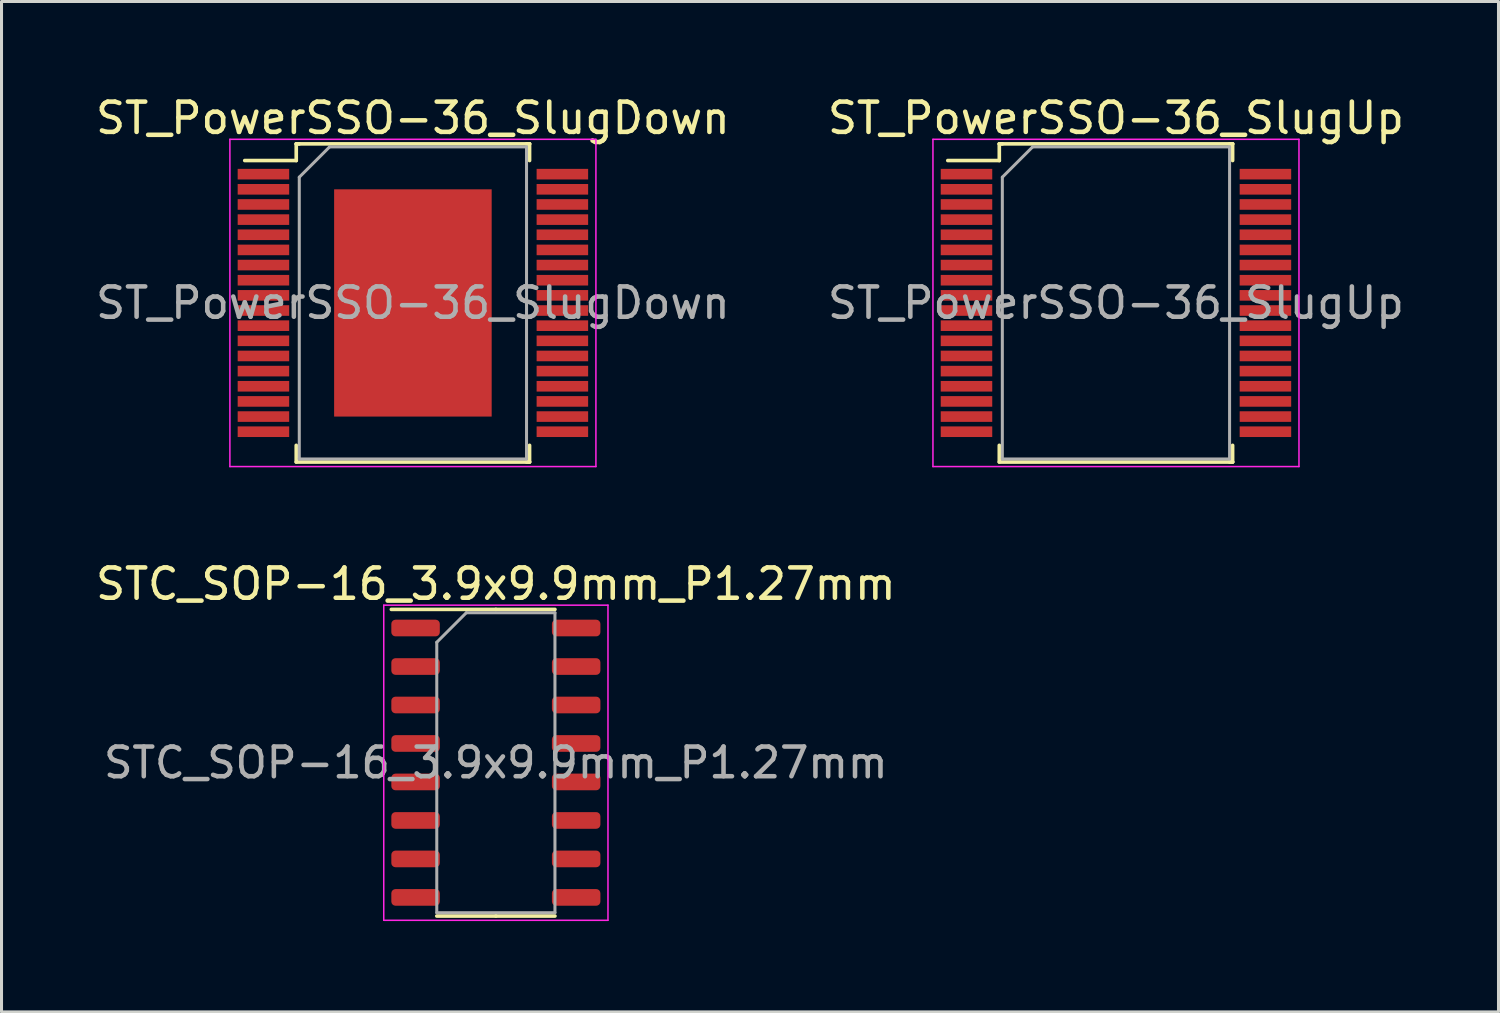
<source format=kicad_pcb>
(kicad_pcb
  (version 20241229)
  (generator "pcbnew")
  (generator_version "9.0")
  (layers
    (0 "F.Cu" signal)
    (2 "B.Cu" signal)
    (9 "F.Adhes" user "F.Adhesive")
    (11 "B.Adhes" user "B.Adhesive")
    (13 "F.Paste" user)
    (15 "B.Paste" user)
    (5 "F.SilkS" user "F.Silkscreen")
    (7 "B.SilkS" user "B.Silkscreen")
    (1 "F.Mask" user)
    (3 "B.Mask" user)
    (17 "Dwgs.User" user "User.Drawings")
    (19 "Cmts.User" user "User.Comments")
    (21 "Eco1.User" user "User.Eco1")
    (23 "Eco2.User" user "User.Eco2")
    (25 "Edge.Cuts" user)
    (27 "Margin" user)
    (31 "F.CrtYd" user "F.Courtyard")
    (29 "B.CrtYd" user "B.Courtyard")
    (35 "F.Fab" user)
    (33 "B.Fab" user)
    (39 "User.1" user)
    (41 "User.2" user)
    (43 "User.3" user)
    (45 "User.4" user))
  (footprint "STC_SOP-16_3.9x9.9mm_P1.27mm"
    (layer "F.Cu")
    (at 13.315 22.122)
    (property "Reference" "STC_SOP-16_3.9x9.9mm_P1.27mm" (at 0 -5.9 0) (layer "F.SilkS") (effects (font (size 1 1) (thickness 0.15))))
    (attr smd)
    (fp_line (start 0 -5.06) (end -3.45 -5.06) (stroke (width 0.12) (type solid)) (layer "F.SilkS"))
    (fp_line (start 0 -5.06) (end 1.95 -5.06) (stroke (width 0.12) (type solid)) (layer "F.SilkS"))
    (fp_line (start 0 5.06) (end -1.95 5.06) (stroke (width 0.12) (type solid)) (layer "F.SilkS"))
    (fp_line (start 0 5.06) (end 1.95 5.06) (stroke (width 0.12) (type solid)) (layer "F.SilkS"))
    (fp_line (start -3.7 -5.2) (end -3.7 5.2) (stroke (width 0.05) (type solid)) (layer "F.CrtYd"))
    (fp_line (start -3.7 5.2) (end 3.7 5.2) (stroke (width 0.05) (type solid)) (layer "F.CrtYd"))
    (fp_line (start 3.7 -5.2) (end -3.7 -5.2) (stroke (width 0.05) (type solid)) (layer "F.CrtYd"))
    (fp_line (start 3.7 5.2) (end 3.7 -5.2) (stroke (width 0.05) (type solid)) (layer "F.CrtYd"))
    (fp_line (start -1.95 -3.975) (end -0.975 -4.95) (stroke (width 0.1) (type solid)) (layer "F.Fab"))
    (fp_line (start -1.95 4.95) (end -1.95 -3.975) (stroke (width 0.1) (type solid)) (layer "F.Fab"))
    (fp_line (start -0.975 -4.95) (end 1.95 -4.95) (stroke (width 0.1) (type solid)) (layer "F.Fab"))
    (fp_line (start 1.95 -4.95) (end 1.95 4.95) (stroke (width 0.1) (type solid)) (layer "F.Fab"))
    (fp_line (start 1.95 4.95) (end -1.95 4.95) (stroke (width 0.1) (type solid)) (layer "F.Fab"))
    (fp_text user "${REFERENCE}" (at 0 0 0) (layer "F.Fab") (effects (font (size 0.98 0.98) (thickness 0.15))))
    (pad "1" smd roundrect (at -2.65 -4.445) (size 1.6 0.55) (layers "F.Cu" "F.Mask" "F.Paste") (roundrect_rratio 0.25))
    (pad "2" smd roundrect (at -2.65 -3.175) (size 1.6 0.55) (layers "F.Cu" "F.Mask" "F.Paste") (roundrect_rratio 0.25))
    (pad "3" smd roundrect (at -2.65 -1.905) (size 1.6 0.55) (layers "F.Cu" "F.Mask" "F.Paste") (roundrect_rratio 0.25))
    (pad "4" smd roundrect (at -2.65 -0.635) (size 1.6 0.55) (layers "F.Cu" "F.Mask" "F.Paste") (roundrect_rratio 0.25))
    (pad "5" smd roundrect (at -2.65 0.635) (size 1.6 0.55) (layers "F.Cu" "F.Mask" "F.Paste") (roundrect_rratio 0.25))
    (pad "6" smd roundrect (at -2.65 1.905) (size 1.6 0.55) (layers "F.Cu" "F.Mask" "F.Paste") (roundrect_rratio 0.25))
    (pad "7" smd roundrect (at -2.65 3.175) (size 1.6 0.55) (layers "F.Cu" "F.Mask" "F.Paste") (roundrect_rratio 0.25))
    (pad "8" smd roundrect (at -2.65 4.445) (size 1.6 0.55) (layers "F.Cu" "F.Mask" "F.Paste") (roundrect_rratio 0.25))
    (pad "9" smd roundrect (at 2.65 4.445) (size 1.6 0.55) (layers "F.Cu" "F.Mask" "F.Paste") (roundrect_rratio 0.25))
    (pad "10" smd roundrect (at 2.65 3.175) (size 1.6 0.55) (layers "F.Cu" "F.Mask" "F.Paste") (roundrect_rratio 0.25))
    (pad "11" smd roundrect (at 2.65 1.905) (size 1.6 0.55) (layers "F.Cu" "F.Mask" "F.Paste") (roundrect_rratio 0.25))
    (pad "12" smd roundrect (at 2.65 0.635) (size 1.6 0.55) (layers "F.Cu" "F.Mask" "F.Paste") (roundrect_rratio 0.25))
    (pad "13" smd roundrect (at 2.65 -0.635) (size 1.6 0.55) (layers "F.Cu" "F.Mask" "F.Paste") (roundrect_rratio 0.25))
    (pad "14" smd roundrect (at 2.65 -1.905) (size 1.6 0.55) (layers "F.Cu" "F.Mask" "F.Paste") (roundrect_rratio 0.25))
    (pad "15" smd roundrect (at 2.65 -3.175) (size 1.6 0.55) (layers "F.Cu" "F.Mask" "F.Paste") (roundrect_rratio 0.25))
    (pad "16" smd roundrect (at 2.65 -4.445) (size 1.6 0.55) (layers "F.Cu" "F.Mask" "F.Paste") (roundrect_rratio 0.25)))
  (footprint "ST_PowerSSO-36_SlugDown"
    (layer "F.Cu")
    (at 10.577 6.948)
    (property "Reference" "ST_PowerSSO-36_SlugDown" (at 0 -6.1 0) (layer "F.SilkS") (effects (font (size 1 1) (thickness 0.15))))
    (attr smd)
    (fp_line (start -3.85 -5.25) (end -3.85 -4.7) (stroke (width 0.12) (type solid)) (layer "F.SilkS"))
    (fp_line (start -3.85 -4.7) (end -5.55 -4.7) (stroke (width 0.12) (type solid)) (layer "F.SilkS"))
    (fp_line (start -3.85 5.25) (end -3.85 4.7) (stroke (width 0.12) (type solid)) (layer "F.SilkS"))
    (fp_line (start -3.75 -5.25) (end -3.85 -5.25) (stroke (width 0.12) (type solid)) (layer "F.SilkS"))
    (fp_line (start 3.75 -5.25) (end 3.85 -5.25) (stroke (width 0.12) (type solid)) (layer "F.SilkS"))
    (fp_line (start 3.75 5.25) (end 3.85 5.25) (stroke (width 0.12) (type solid)) (layer "F.SilkS"))
    (fp_line (start 3.85 -5.25) (end -3.85 -5.25) (stroke (width 0.12) (type solid)) (layer "F.SilkS"))
    (fp_line (start 3.85 -5.25) (end 3.85 -4.7) (stroke (width 0.12) (type solid)) (layer "F.SilkS"))
    (fp_line (start 3.85 5.25) (end -3.85 5.25) (stroke (width 0.12) (type solid)) (layer "F.SilkS"))
    (fp_line (start 3.85 5.25) (end 3.85 4.7) (stroke (width 0.12) (type solid)) (layer "F.SilkS"))
    (fp_line (start -6.04 -5.4) (end -6.04 5.4) (stroke (width 0.05) (type solid)) (layer "F.CrtYd"))
    (fp_line (start -6.04 -5.4) (end 6.04 -5.4) (stroke (width 0.05) (type solid)) (layer "F.CrtYd"))
    (fp_line (start 6.04 5.4) (end -6.04 5.4) (stroke (width 0.05) (type solid)) (layer "F.CrtYd"))
    (fp_line (start 6.04 5.4) (end 6.04 -5.4) (stroke (width 0.05) (type solid)) (layer "F.CrtYd"))
    (fp_line (start -3.75 -4.15) (end -3.75 5.15) (stroke (width 0.1) (type solid)) (layer "F.Fab"))
    (fp_line (start -3.75 5.15) (end 3.75 5.15) (stroke (width 0.1) (type solid)) (layer "F.Fab"))
    (fp_line (start -2.75 -5.15) (end -3.75 -4.15) (stroke (width 0.1) (type solid)) (layer "F.Fab"))
    (fp_line (start 3.75 -5.15) (end -2.75 -5.15) (stroke (width 0.1) (type solid)) (layer "F.Fab"))
    (fp_line (start 3.75 5.15) (end 3.75 -5.15) (stroke (width 0.1) (type solid)) (layer "F.Fab"))
    (fp_text user "${REFERENCE}" (at 0 0 0) (layer "F.Fab") (effects (font (size 1 1) (thickness 0.15))))
    (pad "1" smd rect (at -4.933 -4.25) (size 1.7 0.35) (layers "F.Cu" "F.Mask" "F.Paste"))
    (pad "2" smd rect (at -4.933 -3.75) (size 1.7 0.35) (layers "F.Cu" "F.Mask" "F.Paste"))
    (pad "3" smd rect (at -4.933 -3.25) (size 1.7 0.35) (layers "F.Cu" "F.Mask" "F.Paste"))
    (pad "4" smd rect (at -4.933 -2.75) (size 1.7 0.35) (layers "F.Cu" "F.Mask" "F.Paste"))
    (pad "5" smd rect (at -4.933 -2.25) (size 1.7 0.35) (layers "F.Cu" "F.Mask" "F.Paste"))
    (pad "6" smd rect (at -4.933 -1.75) (size 1.7 0.35) (layers "F.Cu" "F.Mask" "F.Paste"))
    (pad "7" smd rect (at -4.933 -1.25) (size 1.7 0.35) (layers "F.Cu" "F.Mask" "F.Paste"))
    (pad "8" smd rect (at -4.933 -0.75) (size 1.7 0.35) (layers "F.Cu" "F.Mask" "F.Paste"))
    (pad "9" smd rect (at -4.933 -0.25) (size 1.7 0.35) (layers "F.Cu" "F.Mask" "F.Paste"))
    (pad "10" smd rect (at -4.933 0.25) (size 1.7 0.35) (layers "F.Cu" "F.Mask" "F.Paste"))
    (pad "11" smd rect (at -4.933 0.75) (size 1.7 0.35) (layers "F.Cu" "F.Mask" "F.Paste"))
    (pad "12" smd rect (at -4.933 1.25) (size 1.7 0.35) (layers "F.Cu" "F.Mask" "F.Paste"))
    (pad "13" smd rect (at -4.933 1.75) (size 1.7 0.35) (layers "F.Cu" "F.Mask" "F.Paste"))
    (pad "14" smd rect (at -4.933 2.25) (size 1.7 0.35) (layers "F.Cu" "F.Mask" "F.Paste"))
    (pad "15" smd rect (at -4.933 2.75) (size 1.7 0.35) (layers "F.Cu" "F.Mask" "F.Paste"))
    (pad "16" smd rect (at -4.933 3.25) (size 1.7 0.35) (layers "F.Cu" "F.Mask" "F.Paste"))
    (pad "17" smd rect (at -4.933 3.75) (size 1.7 0.35) (layers "F.Cu" "F.Mask" "F.Paste"))
    (pad "18" smd rect (at -4.933 4.25) (size 1.7 0.35) (layers "F.Cu" "F.Mask" "F.Paste"))
    (pad "19" smd rect (at 4.933 4.25) (size 1.7 0.35) (layers "F.Cu" "F.Mask" "F.Paste"))
    (pad "20" smd rect (at 4.933 3.75) (size 1.7 0.35) (layers "F.Cu" "F.Mask" "F.Paste"))
    (pad "21" smd rect (at 4.933 3.25) (size 1.7 0.35) (layers "F.Cu" "F.Mask" "F.Paste"))
    (pad "22" smd rect (at 4.933 2.75) (size 1.7 0.35) (layers "F.Cu" "F.Mask" "F.Paste"))
    (pad "23" smd rect (at 4.933 2.25) (size 1.7 0.35) (layers "F.Cu" "F.Mask" "F.Paste"))
    (pad "24" smd rect (at 4.933 1.75) (size 1.7 0.35) (layers "F.Cu" "F.Mask" "F.Paste"))
    (pad "25" smd rect (at 4.933 1.25) (size 1.7 0.35) (layers "F.Cu" "F.Mask" "F.Paste"))
    (pad "26" smd rect (at 4.933 0.75) (size 1.7 0.35) (layers "F.Cu" "F.Mask" "F.Paste"))
    (pad "27" smd rect (at 4.933 0.25) (size 1.7 0.35) (layers "F.Cu" "F.Mask" "F.Paste"))
    (pad "28" smd rect (at 4.933 -0.25) (size 1.7 0.35) (layers "F.Cu" "F.Mask" "F.Paste"))
    (pad "29" smd rect (at 4.933 -0.75) (size 1.7 0.35) (layers "F.Cu" "F.Mask" "F.Paste"))
    (pad "30" smd rect (at 4.933 -1.25) (size 1.7 0.35) (layers "F.Cu" "F.Mask" "F.Paste"))
    (pad "31" smd rect (at 4.933 -1.75) (size 1.7 0.35) (layers "F.Cu" "F.Mask" "F.Paste"))
    (pad "32" smd rect (at 4.933 -2.25) (size 1.7 0.35) (layers "F.Cu" "F.Mask" "F.Paste"))
    (pad "33" smd rect (at 4.933 -2.75) (size 1.7 0.35) (layers "F.Cu" "F.Mask" "F.Paste"))
    (pad "34" smd rect (at 4.933 -3.25) (size 1.7 0.35) (layers "F.Cu" "F.Mask" "F.Paste"))
    (pad "35" smd rect (at 4.933 -3.75) (size 1.7 0.35) (layers "F.Cu" "F.Mask" "F.Paste"))
    (pad "36" smd rect (at 4.933 -4.25) (size 1.7 0.35) (layers "F.Cu" "F.Mask" "F.Paste"))
    (pad "37" smd rect (at 0 0) (size 5.2 7.5) (layers "F.Cu" "F.Mask" "F.Paste")))
  (footprint "ST_PowerSSO-36_SlugUp"
    (layer "F.Cu")
    (at 33.78 6.948)
    (property "Reference" "ST_PowerSSO-36_SlugUp" (at 0 -6.1 0) (layer "F.SilkS") (effects (font (size 1 1) (thickness 0.15))))
    (attr smd)
    (fp_line (start -3.85 -5.25) (end -3.85 -4.7) (stroke (width 0.12) (type solid)) (layer "F.SilkS"))
    (fp_line (start -3.85 -4.7) (end -5.55 -4.7) (stroke (width 0.12) (type solid)) (layer "F.SilkS"))
    (fp_line (start -3.85 5.25) (end -3.85 4.7) (stroke (width 0.12) (type solid)) (layer "F.SilkS"))
    (fp_line (start -3.75 -5.25) (end -3.85 -5.25) (stroke (width 0.12) (type solid)) (layer "F.SilkS"))
    (fp_line (start 3.75 -5.25) (end 3.85 -5.25) (stroke (width 0.12) (type solid)) (layer "F.SilkS"))
    (fp_line (start 3.75 5.25) (end 3.85 5.25) (stroke (width 0.12) (type solid)) (layer "F.SilkS"))
    (fp_line (start 3.85 -5.25) (end -3.85 -5.25) (stroke (width 0.12) (type solid)) (layer "F.SilkS"))
    (fp_line (start 3.85 -5.25) (end 3.85 -4.7) (stroke (width 0.12) (type solid)) (layer "F.SilkS"))
    (fp_line (start 3.85 5.25) (end -3.85 5.25) (stroke (width 0.12) (type solid)) (layer "F.SilkS"))
    (fp_line (start 3.85 5.25) (end 3.85 4.7) (stroke (width 0.12) (type solid)) (layer "F.SilkS"))
    (fp_line (start -6.04 -5.4) (end -6.04 5.4) (stroke (width 0.05) (type solid)) (layer "F.CrtYd"))
    (fp_line (start -6.04 -5.4) (end 6.04 -5.4) (stroke (width 0.05) (type solid)) (layer "F.CrtYd"))
    (fp_line (start 6.04 5.4) (end -6.04 5.4) (stroke (width 0.05) (type solid)) (layer "F.CrtYd"))
    (fp_line (start 6.04 5.4) (end 6.04 -5.4) (stroke (width 0.05) (type solid)) (layer "F.CrtYd"))
    (fp_line (start -3.75 -4.15) (end -3.75 5.15) (stroke (width 0.1) (type solid)) (layer "F.Fab"))
    (fp_line (start -3.75 5.15) (end 3.75 5.15) (stroke (width 0.1) (type solid)) (layer "F.Fab"))
    (fp_line (start -2.75 -5.15) (end -3.75 -4.15) (stroke (width 0.1) (type solid)) (layer "F.Fab"))
    (fp_line (start 3.75 -5.15) (end -2.75 -5.15) (stroke (width 0.1) (type solid)) (layer "F.Fab"))
    (fp_line (start 3.75 5.15) (end 3.75 -5.15) (stroke (width 0.1) (type solid)) (layer "F.Fab"))
    (fp_text user "${REFERENCE}" (at 0 0 0) (layer "F.Fab") (effects (font (size 1 1) (thickness 0.15))))
    (pad "1" smd rect (at -4.933 -4.25) (size 1.7 0.35) (layers "F.Cu" "F.Mask" "F.Paste"))
    (pad "2" smd rect (at -4.933 -3.75) (size 1.7 0.35) (layers "F.Cu" "F.Mask" "F.Paste"))
    (pad "3" smd rect (at -4.933 -3.25) (size 1.7 0.35) (layers "F.Cu" "F.Mask" "F.Paste"))
    (pad "4" smd rect (at -4.933 -2.75) (size 1.7 0.35) (layers "F.Cu" "F.Mask" "F.Paste"))
    (pad "5" smd rect (at -4.933 -2.25) (size 1.7 0.35) (layers "F.Cu" "F.Mask" "F.Paste"))
    (pad "6" smd rect (at -4.933 -1.75) (size 1.7 0.35) (layers "F.Cu" "F.Mask" "F.Paste"))
    (pad "7" smd rect (at -4.933 -1.25) (size 1.7 0.35) (layers "F.Cu" "F.Mask" "F.Paste"))
    (pad "8" smd rect (at -4.933 -0.75) (size 1.7 0.35) (layers "F.Cu" "F.Mask" "F.Paste"))
    (pad "9" smd rect (at -4.933 -0.25) (size 1.7 0.35) (layers "F.Cu" "F.Mask" "F.Paste"))
    (pad "10" smd rect (at -4.933 0.25) (size 1.7 0.35) (layers "F.Cu" "F.Mask" "F.Paste"))
    (pad "11" smd rect (at -4.933 0.75) (size 1.7 0.35) (layers "F.Cu" "F.Mask" "F.Paste"))
    (pad "12" smd rect (at -4.933 1.25) (size 1.7 0.35) (layers "F.Cu" "F.Mask" "F.Paste"))
    (pad "13" smd rect (at -4.933 1.75) (size 1.7 0.35) (layers "F.Cu" "F.Mask" "F.Paste"))
    (pad "14" smd rect (at -4.933 2.25) (size 1.7 0.35) (layers "F.Cu" "F.Mask" "F.Paste"))
    (pad "15" smd rect (at -4.933 2.75) (size 1.7 0.35) (layers "F.Cu" "F.Mask" "F.Paste"))
    (pad "16" smd rect (at -4.933 3.25) (size 1.7 0.35) (layers "F.Cu" "F.Mask" "F.Paste"))
    (pad "17" smd rect (at -4.933 3.75) (size 1.7 0.35) (layers "F.Cu" "F.Mask" "F.Paste"))
    (pad "18" smd rect (at -4.933 4.25) (size 1.7 0.35) (layers "F.Cu" "F.Mask" "F.Paste"))
    (pad "19" smd rect (at 4.933 4.25) (size 1.7 0.35) (layers "F.Cu" "F.Mask" "F.Paste"))
    (pad "20" smd rect (at 4.933 3.75) (size 1.7 0.35) (layers "F.Cu" "F.Mask" "F.Paste"))
    (pad "21" smd rect (at 4.933 3.25) (size 1.7 0.35) (layers "F.Cu" "F.Mask" "F.Paste"))
    (pad "22" smd rect (at 4.933 2.75) (size 1.7 0.35) (layers "F.Cu" "F.Mask" "F.Paste"))
    (pad "23" smd rect (at 4.933 2.25) (size 1.7 0.35) (layers "F.Cu" "F.Mask" "F.Paste"))
    (pad "24" smd rect (at 4.933 1.75) (size 1.7 0.35) (layers "F.Cu" "F.Mask" "F.Paste"))
    (pad "25" smd rect (at 4.933 1.25) (size 1.7 0.35) (layers "F.Cu" "F.Mask" "F.Paste"))
    (pad "26" smd rect (at 4.933 0.75) (size 1.7 0.35) (layers "F.Cu" "F.Mask" "F.Paste"))
    (pad "27" smd rect (at 4.933 0.25) (size 1.7 0.35) (layers "F.Cu" "F.Mask" "F.Paste"))
    (pad "28" smd rect (at 4.933 -0.25) (size 1.7 0.35) (layers "F.Cu" "F.Mask" "F.Paste"))
    (pad "29" smd rect (at 4.933 -0.75) (size 1.7 0.35) (layers "F.Cu" "F.Mask" "F.Paste"))
    (pad "30" smd rect (at 4.933 -1.25) (size 1.7 0.35) (layers "F.Cu" "F.Mask" "F.Paste"))
    (pad "31" smd rect (at 4.933 -1.75) (size 1.7 0.35) (layers "F.Cu" "F.Mask" "F.Paste"))
    (pad "32" smd rect (at 4.933 -2.25) (size 1.7 0.35) (layers "F.Cu" "F.Mask" "F.Paste"))
    (pad "33" smd rect (at 4.933 -2.75) (size 1.7 0.35) (layers "F.Cu" "F.Mask" "F.Paste"))
    (pad "34" smd rect (at 4.933 -3.25) (size 1.7 0.35) (layers "F.Cu" "F.Mask" "F.Paste"))
    (pad "35" smd rect (at 4.933 -3.75) (size 1.7 0.35) (layers "F.Cu" "F.Mask" "F.Paste"))
    (pad "36" smd rect (at 4.933 -4.25) (size 1.7 0.35) (layers "F.Cu" "F.Mask" "F.Paste")))
  (gr_rect
    (start -3 -3)
    (end 46.405 30.346)
    (stroke (width 0.1) (type default))
    (fill no)
    (layer "Edge.Cuts")))
</source>
